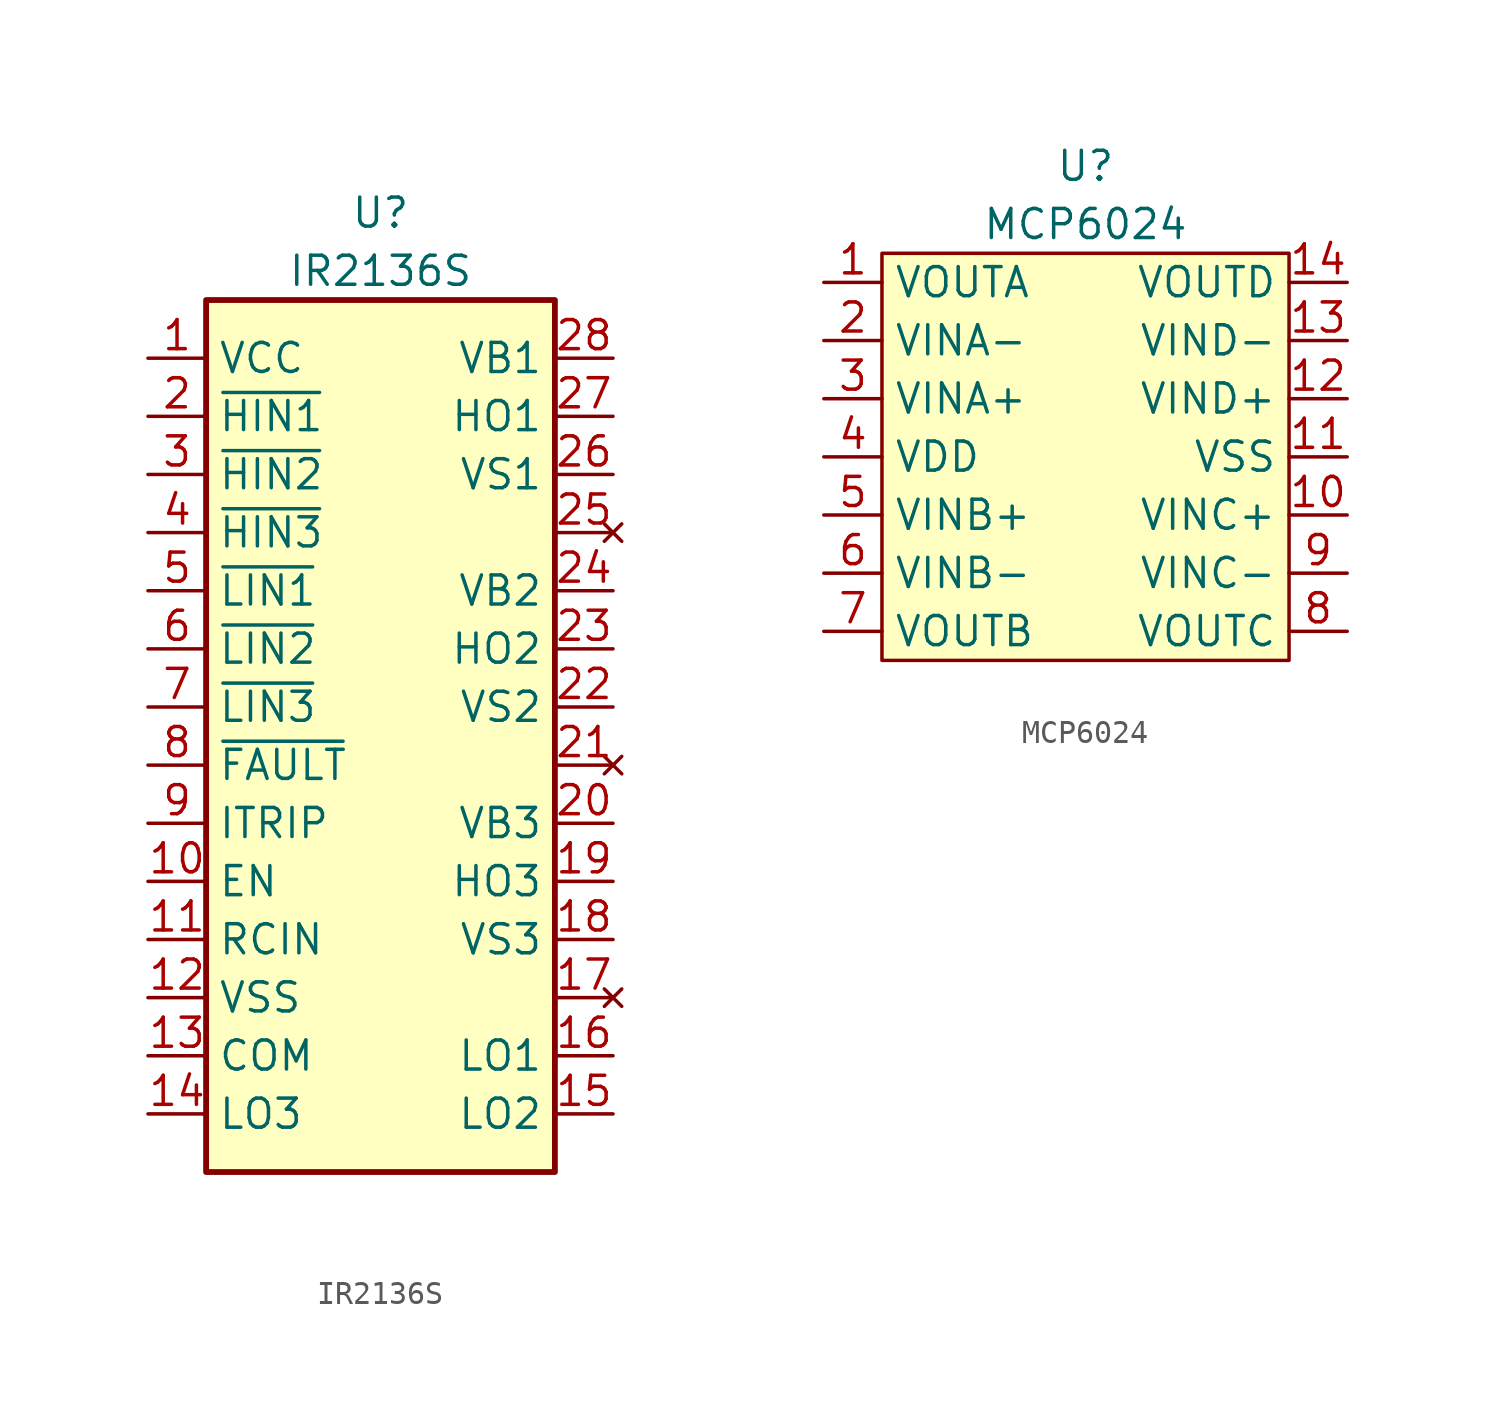
<source format=kicad_sym>
(kicad_symbol_lib
  (version 20220914)
  (generator kicad_symbol_editor)
  (symbol "IR2136S"
    (property "Reference" "U"
      (at 0 22.86 0)
      (effects (font (size 1.27 1.27))))
    (property "Value" "IR2136S"
      (at 0 20.32 0)
      (effects (font (size 1.27 1.27))))
    (symbol "IR2136S_0_0"
      (pin power_in line (at -10.16 16.51 0) (length 2.54) (name "VCC" (effects (font (size 1.27 1.27)))) (number "1" (effects (font (size 1.27 1.27)))))
      (pin passive line (at -10.16 -6.35 0) (length 2.54) (name "EN" (effects (font (size 1.27 1.27)))) (number "10" (effects (font (size 1.27 1.27)))))
      (pin passive line (at -10.16 -8.89 0) (length 2.54) (name "RCIN" (effects (font (size 1.27 1.27)))) (number "11" (effects (font (size 1.27 1.27)))))
      (pin power_in line (at -10.16 -11.43 0) (length 2.54) (name "VSS" (effects (font (size 1.27 1.27)))) (number "12" (effects (font (size 1.27 1.27)))))
      (pin passive line (at -10.16 -13.97 0) (length 2.54) (name "COM" (effects (font (size 1.27 1.27)))) (number "13" (effects (font (size 1.27 1.27)))))
      (pin passive line (at -10.16 -16.51 0) (length 2.54) (name "LO3" (effects (font (size 1.27 1.27)))) (number "14" (effects (font (size 1.27 1.27)))))
      (pin passive line (at 10.16 -16.51 180) (length 2.54) (name "LO2" (effects (font (size 1.27 1.27)))) (number "15" (effects (font (size 1.27 1.27)))))
      (pin passive line (at 10.16 -13.97 180) (length 2.54) (name "LO1" (effects (font (size 1.27 1.27)))) (number "16" (effects (font (size 1.27 1.27)))))
      (pin no_connect line (at 10.16 -11.43 180) (length 2.54) (name "~" (effects (font (size 1.27 1.27)))) (number "17" (effects (font (size 1.27 1.27)))))
      (pin passive line (at 10.16 -8.89 180) (length 2.54) (name "VS3" (effects (font (size 1.27 1.27)))) (number "18" (effects (font (size 1.27 1.27)))))
      (pin passive line (at 10.16 -6.35 180) (length 2.54) (name "HO3" (effects (font (size 1.27 1.27)))) (number "19" (effects (font (size 1.27 1.27)))))
      (pin passive line (at -10.16 13.97 0) (length 2.54) (name "~{HIN1}" (effects (font (size 1.27 1.27)))) (number "2" (effects (font (size 1.27 1.27)))))
      (pin passive line (at 10.16 -3.81 180) (length 2.54) (name "VB3" (effects (font (size 1.27 1.27)))) (number "20" (effects (font (size 1.27 1.27)))))
      (pin no_connect line (at 10.16 -1.27 180) (length 2.54) (name "~" (effects (font (size 1.27 1.27)))) (number "21" (effects (font (size 1.27 1.27)))))
      (pin passive line (at 10.16 1.27 180) (length 2.54) (name "VS2" (effects (font (size 1.27 1.27)))) (number "22" (effects (font (size 1.27 1.27)))))
      (pin passive line (at 10.16 3.81 180) (length 2.54) (name "HO2" (effects (font (size 1.27 1.27)))) (number "23" (effects (font (size 1.27 1.27)))))
      (pin passive line (at 10.16 6.35 180) (length 2.54) (name "VB2" (effects (font (size 1.27 1.27)))) (number "24" (effects (font (size 1.27 1.27)))))
      (pin no_connect line (at 10.16 8.89 180) (length 2.54) (name "~" (effects (font (size 1.27 1.27)))) (number "25" (effects (font (size 1.27 1.27)))))
      (pin passive line (at 10.16 11.43 180) (length 2.54) (name "VS1" (effects (font (size 1.27 1.27)))) (number "26" (effects (font (size 1.27 1.27)))))
      (pin passive line (at 10.16 13.97 180) (length 2.54) (name "HO1" (effects (font (size 1.27 1.27)))) (number "27" (effects (font (size 1.27 1.27)))))
      (pin passive line (at 10.16 16.51 180) (length 2.54) (name "VB1" (effects (font (size 1.27 1.27)))) (number "28" (effects (font (size 1.27 1.27)))))
      (pin passive line (at -10.16 11.43 0) (length 2.54) (name "~{HIN2}" (effects (font (size 1.27 1.27)))) (number "3" (effects (font (size 1.27 1.27)))))
      (pin passive line (at -10.16 8.89 0) (length 2.54) (name "~{HIN3}" (effects (font (size 1.27 1.27)))) (number "4" (effects (font (size 1.27 1.27)))))
      (pin passive line (at -10.16 6.35 0) (length 2.54) (name "~{LIN1}" (effects (font (size 1.27 1.27)))) (number "5" (effects (font (size 1.27 1.27)))))
      (pin passive line (at -10.16 3.81 0) (length 2.54) (name "~{LIN2}" (effects (font (size 1.27 1.27)))) (number "6" (effects (font (size 1.27 1.27)))))
      (pin passive line (at -10.16 1.27 0) (length 2.54) (name "~{LIN3}" (effects (font (size 1.27 1.27)))) (number "7" (effects (font (size 1.27 1.27)))))
      (pin passive line (at -10.16 -1.27 0) (length 2.54) (name "~{FAULT}" (effects (font (size 1.27 1.27)))) (number "8" (effects (font (size 1.27 1.27)))))
      (pin passive line (at -10.16 -3.81 0) (length 2.54) (name "ITRIP" (effects (font (size 1.27 1.27)))) (number "9" (effects (font (size 1.27 1.27))))))
    (symbol "IR2136S_1_1"
      (rectangle (start -7.62 -19.05) (end 7.62 19.05) (stroke (width 0.254) (type solid)) (fill (type background)))))
  (symbol "MCP6024"
    (property "Reference" "U"
      (at 0 12.7 0)
      (effects (font (size 1.27 1.27))))
    (property "Value" "MCP6024"
      (at 0 10.16 0)
      (effects (font (size 1.27 1.27))))
    (symbol "MCP6024_0_0"
      (pin passive line (at -11.43 7.62 0) (length 2.54) (name "VOUTA" (effects (font (size 1.27 1.27)))) (number "1" (effects (font (size 1.27 1.27)))))
      (pin passive line (at 11.43 -2.54 180) (length 2.54) (name "VINC+" (effects (font (size 1.27 1.27)))) (number "10" (effects (font (size 1.27 1.27)))))
      (pin passive line (at 11.43 0 180) (length 2.54) (name "VSS" (effects (font (size 1.27 1.27)))) (number "11" (effects (font (size 1.27 1.27)))))
      (pin passive line (at 11.43 2.54 180) (length 2.54) (name "VIND+" (effects (font (size 1.27 1.27)))) (number "12" (effects (font (size 1.27 1.27)))))
      (pin passive line (at 11.43 5.08 180) (length 2.54) (name "VIND-" (effects (font (size 1.27 1.27)))) (number "13" (effects (font (size 1.27 1.27)))))
      (pin passive line (at 11.43 7.62 180) (length 2.54) (name "VOUTD" (effects (font (size 1.27 1.27)))) (number "14" (effects (font (size 1.27 1.27)))))
      (pin passive line (at -11.43 5.08 0) (length 2.54) (name "VINA-" (effects (font (size 1.27 1.27)))) (number "2" (effects (font (size 1.27 1.27)))))
      (pin passive line (at -11.43 2.54 0) (length 2.54) (name "VINA+" (effects (font (size 1.27 1.27)))) (number "3" (effects (font (size 1.27 1.27)))))
      (pin passive line (at -11.43 0 0) (length 2.54) (name "VDD" (effects (font (size 1.27 1.27)))) (number "4" (effects (font (size 1.27 1.27)))))
      (pin passive line (at -11.43 -2.54 0) (length 2.54) (name "VINB+" (effects (font (size 1.27 1.27)))) (number "5" (effects (font (size 1.27 1.27)))))
      (pin passive line (at -11.43 -5.08 0) (length 2.54) (name "VINB-" (effects (font (size 1.27 1.27)))) (number "6" (effects (font (size 1.27 1.27)))))
      (pin passive line (at -11.43 -7.62 0) (length 2.54) (name "VOUTB" (effects (font (size 1.27 1.27)))) (number "7" (effects (font (size 1.27 1.27)))))
      (pin passive line (at 11.43 -7.62 180) (length 2.54) (name "VOUTC" (effects (font (size 1.27 1.27)))) (number "8" (effects (font (size 1.27 1.27)))))
      (pin passive line (at 11.43 -5.08 180) (length 2.54) (name "VINC-" (effects (font (size 1.27 1.27)))) (number "9" (effects (font (size 1.27 1.27))))))
    (symbol "MCP6024_1_1"
      (rectangle (start -8.89 8.89) (end 8.89 -8.89) (stroke (width 0) (type default)) (fill (type background))))))
</source>
